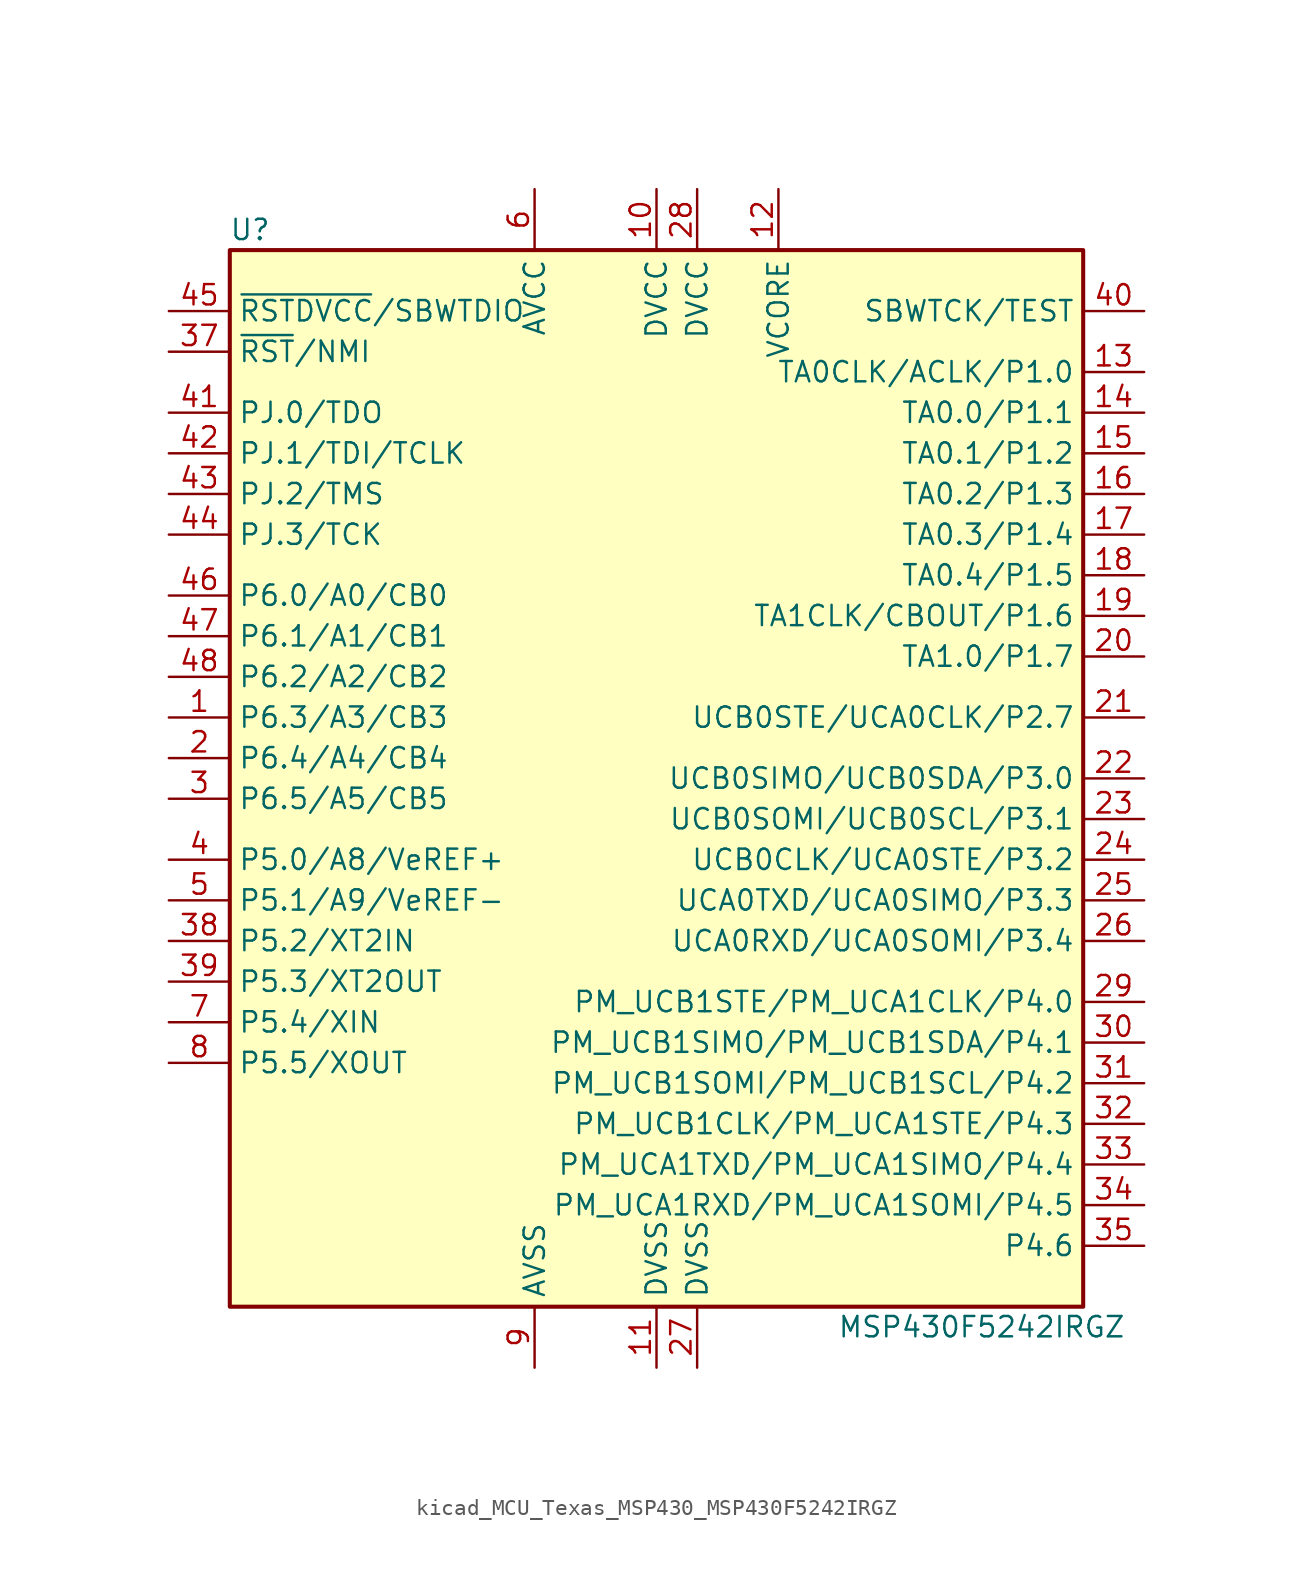
<source format=kicad_sym>
(kicad_symbol_lib
  (version 20220914)
  (generator kicad_symbol_editor)
  (symbol "kicad_MCU_Texas_MSP430_MSP430F5242IRGZ"
    (property "Reference" "U"
      (at -25.4 35.56 0)
      (effects (font (size 1.27 1.27))))
    (property "Value" "MSP430F5242IRGZ"
      (at 20.32 -33.02 0)
      (effects (font (size 1.27 1.27))))
    (symbol "kicad_MCU_Texas_MSP430_MSP430F5242IRGZ_0_1"
      (rectangle (start -26.67 34.29) (end 26.67 -31.75) (stroke (width 0.254) (type default)) (fill (type background))))
    (symbol "kicad_MCU_Texas_MSP430_MSP430F5242IRGZ_1_1"
      (pin bidirectional line (at -30.48 5.08 0) (length 3.81) (name "P6.3/A3/CB3" (effects (font (size 1.27 1.27)))) (number "1" (effects (font (size 1.27 1.27)))))
      (pin power_in line (at 0 38.1 270) (length 3.81) (name "DVCC" (effects (font (size 1.27 1.27)))) (number "10" (effects (font (size 1.27 1.27)))))
      (pin power_in line (at 0 -35.56 90) (length 3.81) (name "DVSS" (effects (font (size 1.27 1.27)))) (number "11" (effects (font (size 1.27 1.27)))))
      (pin passive line (at 7.62 38.1 270) (length 3.81) (name "VCORE" (effects (font (size 1.27 1.27)))) (number "12" (effects (font (size 1.27 1.27)))))
      (pin bidirectional line (at 30.48 26.67 180) (length 3.81) (name "TA0CLK/ACLK/P1.0" (effects (font (size 1.27 1.27)))) (number "13" (effects (font (size 1.27 1.27)))))
      (pin bidirectional line (at 30.48 24.13 180) (length 3.81) (name "TA0.0/P1.1" (effects (font (size 1.27 1.27)))) (number "14" (effects (font (size 1.27 1.27)))))
      (pin bidirectional line (at 30.48 21.59 180) (length 3.81) (name "TA0.1/P1.2" (effects (font (size 1.27 1.27)))) (number "15" (effects (font (size 1.27 1.27)))))
      (pin bidirectional line (at 30.48 19.05 180) (length 3.81) (name "TA0.2/P1.3" (effects (font (size 1.27 1.27)))) (number "16" (effects (font (size 1.27 1.27)))))
      (pin bidirectional line (at 30.48 16.51 180) (length 3.81) (name "TA0.3/P1.4" (effects (font (size 1.27 1.27)))) (number "17" (effects (font (size 1.27 1.27)))))
      (pin bidirectional line (at 30.48 13.97 180) (length 3.81) (name "TA0.4/P1.5" (effects (font (size 1.27 1.27)))) (number "18" (effects (font (size 1.27 1.27)))))
      (pin bidirectional line (at 30.48 11.43 180) (length 3.81) (name "TA1CLK/CBOUT/P1.6" (effects (font (size 1.27 1.27)))) (number "19" (effects (font (size 1.27 1.27)))))
      (pin bidirectional line (at -30.48 2.54 0) (length 3.81) (name "P6.4/A4/CB4" (effects (font (size 1.27 1.27)))) (number "2" (effects (font (size 1.27 1.27)))))
      (pin bidirectional line (at 30.48 8.89 180) (length 3.81) (name "TA1.0/P1.7" (effects (font (size 1.27 1.27)))) (number "20" (effects (font (size 1.27 1.27)))))
      (pin bidirectional line (at 30.48 5.08 180) (length 3.81) (name "UCB0STE/UCA0CLK/P2.7" (effects (font (size 1.27 1.27)))) (number "21" (effects (font (size 1.27 1.27)))))
      (pin bidirectional line (at 30.48 1.27 180) (length 3.81) (name "UCB0SIMO/UCB0SDA/P3.0" (effects (font (size 1.27 1.27)))) (number "22" (effects (font (size 1.27 1.27)))))
      (pin bidirectional line (at 30.48 -1.27 180) (length 3.81) (name "UCB0SOMI/UCB0SCL/P3.1" (effects (font (size 1.27 1.27)))) (number "23" (effects (font (size 1.27 1.27)))))
      (pin bidirectional line (at 30.48 -3.81 180) (length 3.81) (name "UCB0CLK/UCA0STE/P3.2" (effects (font (size 1.27 1.27)))) (number "24" (effects (font (size 1.27 1.27)))))
      (pin bidirectional line (at 30.48 -6.35 180) (length 3.81) (name "UCA0TXD/UCA0SIMO/P3.3" (effects (font (size 1.27 1.27)))) (number "25" (effects (font (size 1.27 1.27)))))
      (pin bidirectional line (at 30.48 -8.89 180) (length 3.81) (name "UCA0RXD/UCA0SOMI/P3.4" (effects (font (size 1.27 1.27)))) (number "26" (effects (font (size 1.27 1.27)))))
      (pin power_in line (at 2.54 -35.56 90) (length 3.81) (name "DVSS" (effects (font (size 1.27 1.27)))) (number "27" (effects (font (size 1.27 1.27)))))
      (pin power_in line (at 2.54 38.1 270) (length 3.81) (name "DVCC" (effects (font (size 1.27 1.27)))) (number "28" (effects (font (size 1.27 1.27)))))
      (pin bidirectional line (at 30.48 -12.7 180) (length 3.81) (name "PM_UCB1STE/PM_UCA1CLK/P4.0" (effects (font (size 1.27 1.27)))) (number "29" (effects (font (size 1.27 1.27)))))
      (pin bidirectional line (at -30.48 0 0) (length 3.81) (name "P6.5/A5/CB5" (effects (font (size 1.27 1.27)))) (number "3" (effects (font (size 1.27 1.27)))))
      (pin bidirectional line (at 30.48 -15.24 180) (length 3.81) (name "PM_UCB1SIMO/PM_UCB1SDA/P4.1" (effects (font (size 1.27 1.27)))) (number "30" (effects (font (size 1.27 1.27)))))
      (pin bidirectional line (at 30.48 -17.78 180) (length 3.81) (name "PM_UCB1SOMI/PM_UCB1SCL/P4.2" (effects (font (size 1.27 1.27)))) (number "31" (effects (font (size 1.27 1.27)))))
      (pin bidirectional line (at 30.48 -20.32 180) (length 3.81) (name "PM_UCB1CLK/PM_UCA1STE/P4.3" (effects (font (size 1.27 1.27)))) (number "32" (effects (font (size 1.27 1.27)))))
      (pin bidirectional line (at 30.48 -22.86 180) (length 3.81) (name "PM_UCA1TXD/PM_UCA1SIMO/P4.4" (effects (font (size 1.27 1.27)))) (number "33" (effects (font (size 1.27 1.27)))))
      (pin bidirectional line (at 30.48 -25.4 180) (length 3.81) (name "PM_UCA1RXD/PM_UCA1SOMI/P4.5" (effects (font (size 1.27 1.27)))) (number "34" (effects (font (size 1.27 1.27)))))
      (pin bidirectional line (at 30.48 -27.94 180) (length 3.81) (name "P4.6" (effects (font (size 1.27 1.27)))) (number "35" (effects (font (size 1.27 1.27)))))
      (pin input line (at -30.48 27.94 0) (length 3.81) (name "~{RST}/NMI" (effects (font (size 1.27 1.27)))) (number "37" (effects (font (size 1.27 1.27)))))
      (pin bidirectional line (at -30.48 -8.89 0) (length 3.81) (name "P5.2/XT2IN" (effects (font (size 1.27 1.27)))) (number "38" (effects (font (size 1.27 1.27)))))
      (pin bidirectional line (at -30.48 -11.43 0) (length 3.81) (name "P5.3/XT2OUT" (effects (font (size 1.27 1.27)))) (number "39" (effects (font (size 1.27 1.27)))))
      (pin bidirectional line (at -30.48 -3.81 0) (length 3.81) (name "P5.0/A8/VeREF+" (effects (font (size 1.27 1.27)))) (number "4" (effects (font (size 1.27 1.27)))))
      (pin input line (at 30.48 30.48 180) (length 3.81) (name "SBWTCK/TEST" (effects (font (size 1.27 1.27)))) (number "40" (effects (font (size 1.27 1.27)))))
      (pin bidirectional line (at -30.48 24.13 0) (length 3.81) (name "PJ.0/TDO" (effects (font (size 1.27 1.27)))) (number "41" (effects (font (size 1.27 1.27)))))
      (pin bidirectional line (at -30.48 21.59 0) (length 3.81) (name "PJ.1/TDI/TCLK" (effects (font (size 1.27 1.27)))) (number "42" (effects (font (size 1.27 1.27)))))
      (pin bidirectional line (at -30.48 19.05 0) (length 3.81) (name "PJ.2/TMS" (effects (font (size 1.27 1.27)))) (number "43" (effects (font (size 1.27 1.27)))))
      (pin bidirectional line (at -30.48 16.51 0) (length 3.81) (name "PJ.3/TCK" (effects (font (size 1.27 1.27)))) (number "44" (effects (font (size 1.27 1.27)))))
      (pin bidirectional line (at -30.48 30.48 0) (length 3.81) (name "~{RSTDVCC}/SBWTDIO" (effects (font (size 1.27 1.27)))) (number "45" (effects (font (size 1.27 1.27)))))
      (pin bidirectional line (at -30.48 12.7 0) (length 3.81) (name "P6.0/A0/CB0" (effects (font (size 1.27 1.27)))) (number "46" (effects (font (size 1.27 1.27)))))
      (pin bidirectional line (at -30.48 10.16 0) (length 3.81) (name "P6.1/A1/CB1" (effects (font (size 1.27 1.27)))) (number "47" (effects (font (size 1.27 1.27)))))
      (pin bidirectional line (at -30.48 7.62 0) (length 3.81) (name "P6.2/A2/CB2" (effects (font (size 1.27 1.27)))) (number "48" (effects (font (size 1.27 1.27)))))
      (pin bidirectional line (at -30.48 -6.35 0) (length 3.81) (name "P5.1/A9/VeREF-" (effects (font (size 1.27 1.27)))) (number "5" (effects (font (size 1.27 1.27)))))
      (pin power_in line (at -7.62 38.1 270) (length 3.81) (name "AVCC" (effects (font (size 1.27 1.27)))) (number "6" (effects (font (size 1.27 1.27)))))
      (pin bidirectional line (at -30.48 -13.97 0) (length 3.81) (name "P5.4/XIN" (effects (font (size 1.27 1.27)))) (number "7" (effects (font (size 1.27 1.27)))))
      (pin bidirectional line (at -30.48 -16.51 0) (length 3.81) (name "P5.5/XOUT" (effects (font (size 1.27 1.27)))) (number "8" (effects (font (size 1.27 1.27)))))
      (pin power_in line (at -7.62 -35.56 90) (length 3.81) (name "AVSS" (effects (font (size 1.27 1.27)))) (number "9" (effects (font (size 1.27 1.27))))))))
</source>
